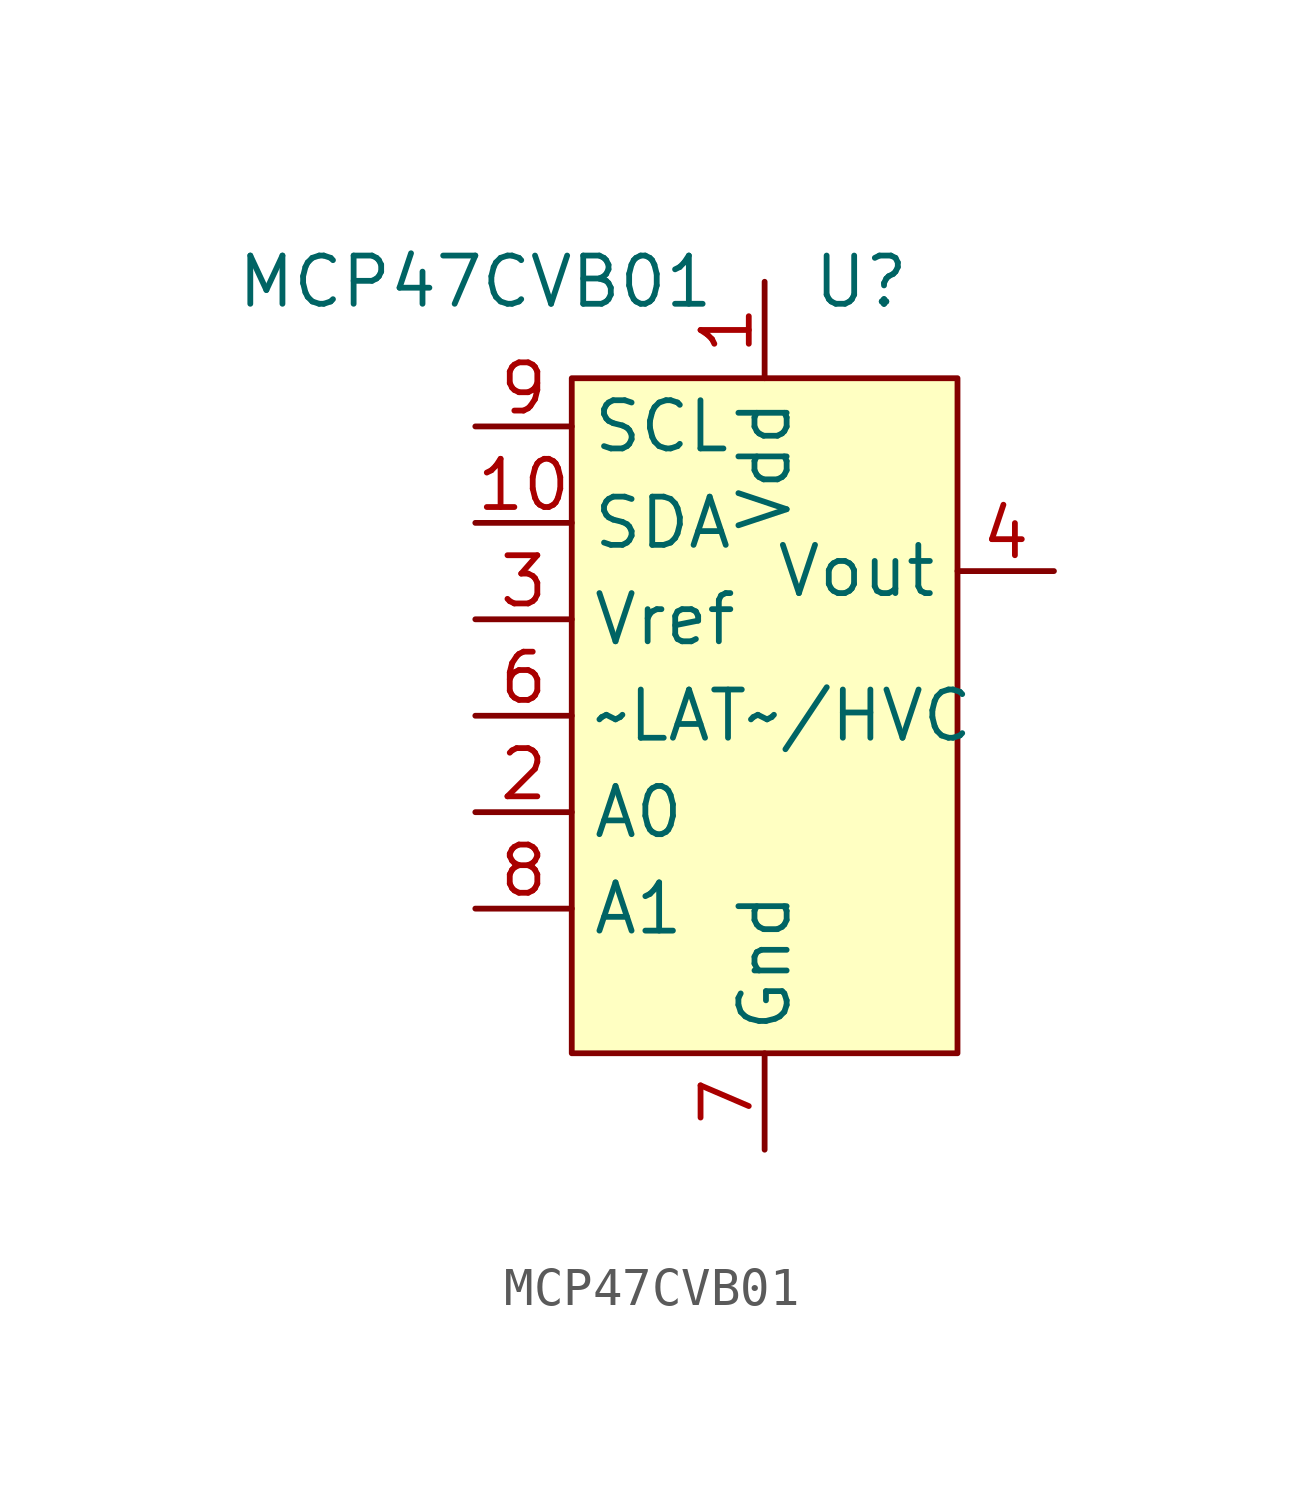
<source format=kicad_sym>
(kicad_symbol_lib
  (version 20211014)
  (generator kicad_symbol_editor)
  (symbol "MCP47CVB01"
    (property "Reference" "U"
      (at 2.54 0 0)
      (effects (font (size 1.27 1.27))))
    (property "Value" "MCP47CVB01"
      (at -7.62 0 0)
      (effects (font (size 1.27 1.27))))
    (symbol "MCP47CVB01_0_1"
      (rectangle (start -5.08 -2.54) (end 5.08 -20.32) (stroke (width 0) (type default) (color 0 0 0 0)) (fill (type background))))
    (symbol "MCP47CVB01_1_1"
      (pin power_in line (at 0 0 270) (length 2.54) (name "Vdd" (effects (font (size 1.27 1.27)))) (number "1" (effects (font (size 1.27 1.27)))))
      (pin bidirectional line (at -7.62 -6.35 0) (length 2.54) (name "SDA" (effects (font (size 1.27 1.27)))) (number "10" (effects (font (size 1.27 1.27)))))
      (pin input line (at -7.62 -13.97 0) (length 2.54) (name "A0" (effects (font (size 1.27 1.27)))) (number "2" (effects (font (size 1.27 1.27)))))
      (pin input line (at -7.62 -8.89 0) (length 2.54) (name "Vref" (effects (font (size 1.27 1.27)))) (number "3" (effects (font (size 1.27 1.27)))))
      (pin output line (at 7.62 -7.62 180) (length 2.54) (name "Vout" (effects (font (size 1.27 1.27)))) (number "4" (effects (font (size 1.27 1.27)))))
      (pin no_connect line (at -7.62 -19.05 0) (length 2.54) hide (name "NC" (effects (font (size 1.27 1.27)))) (number "5" (effects (font (size 1.27 1.27)))))
      (pin input line (at -7.62 -11.43 0) (length 2.54) (name "~LAT~/HVC" (effects (font (size 1.27 1.27)))) (number "6" (effects (font (size 1.27 1.27)))))
      (pin power_in line (at 0 -22.86 90) (length 2.54) (name "Gnd" (effects (font (size 1.27 1.27)))) (number "7" (effects (font (size 1.27 1.27)))))
      (pin input line (at -7.62 -16.51 0) (length 2.54) (name "A1" (effects (font (size 1.27 1.27)))) (number "8" (effects (font (size 1.27 1.27)))))
      (pin input line (at -7.62 -3.81 0) (length 2.54) (name "SCL" (effects (font (size 1.27 1.27)))) (number "9" (effects (font (size 1.27 1.27))))))))
</source>
